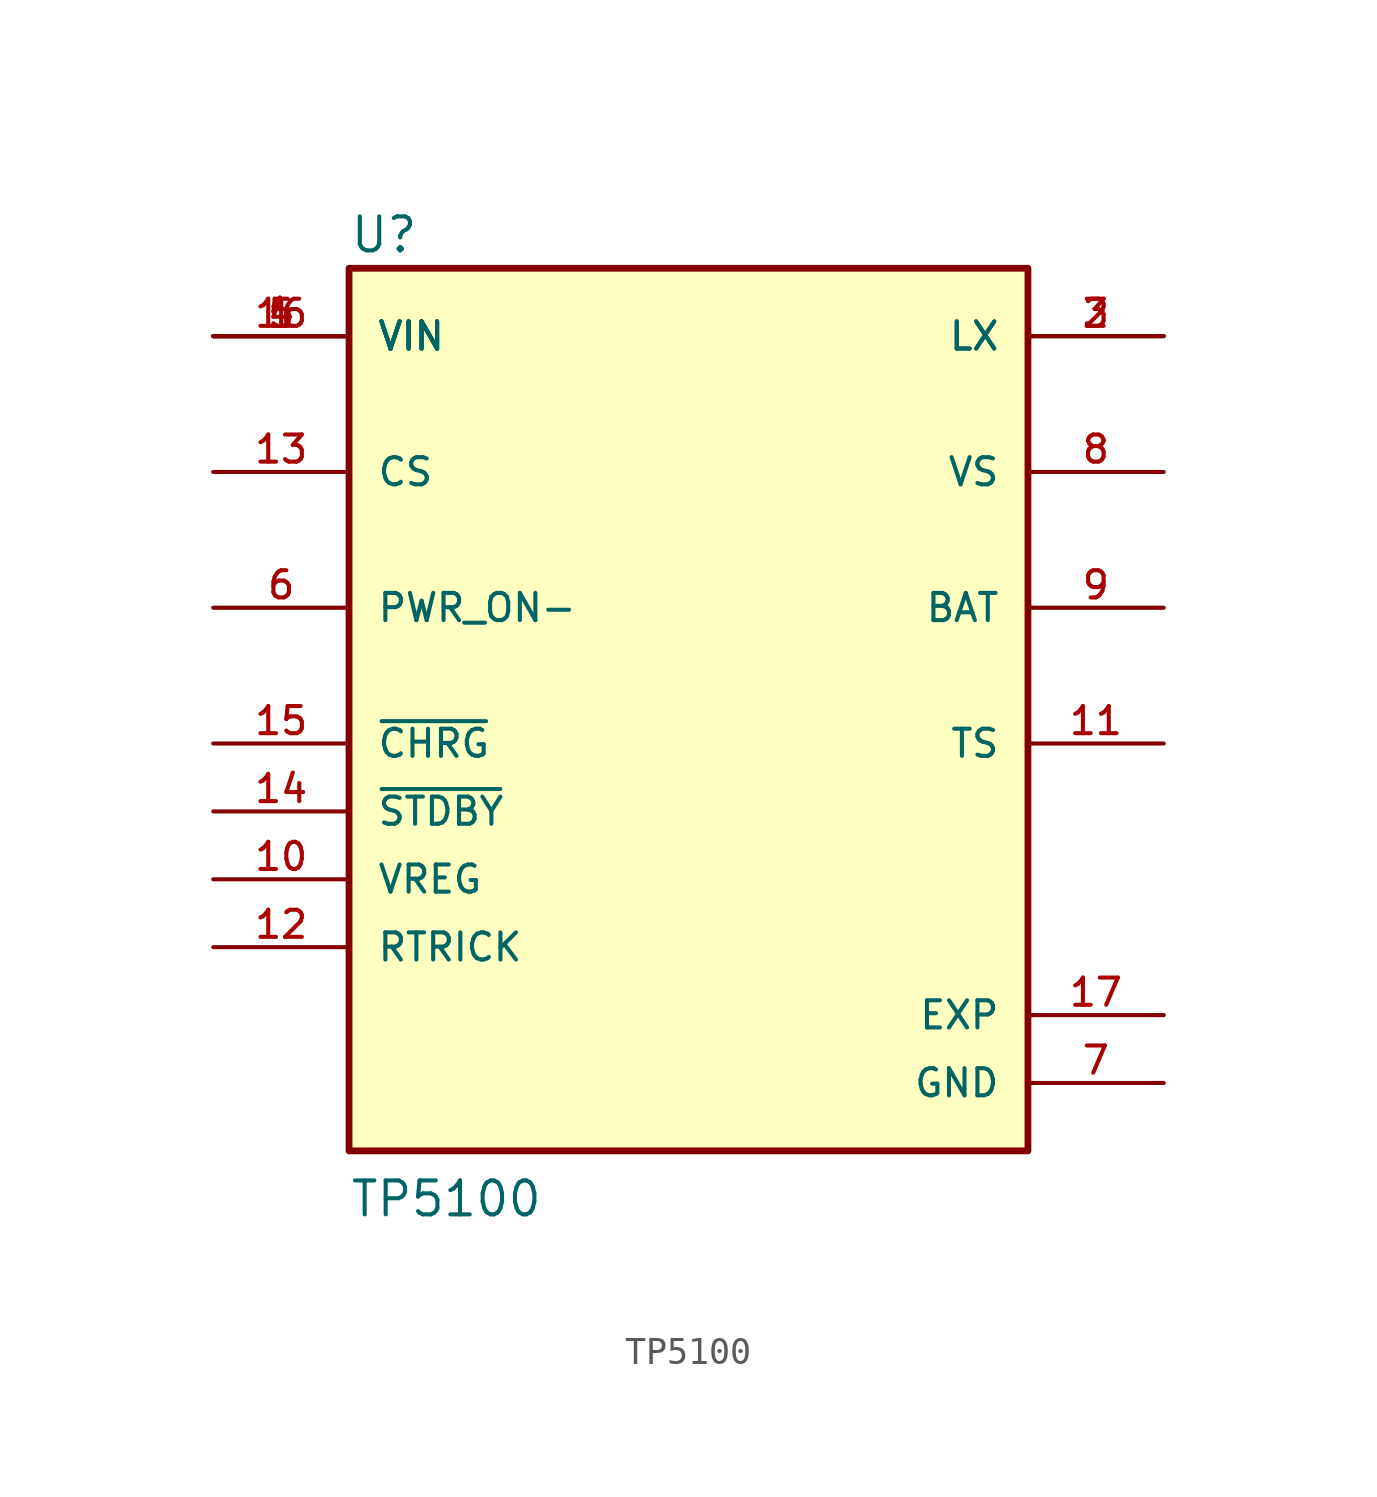
<source format=kicad_sym>
(kicad_symbol_lib
  (version 20211014)
  (generator kicad_symbol_editor)
  (symbol "TP5100"
    (pin_names
      (offset 1.016))
    (property "Reference" "U"
      (at -12.7 15.748 0)
      (effects (font (size 1.27 1.27)) (justify bottom left)))
    (property "Value" "TP5100"
      (at -12.7 -20.32 0)
      (effects (font (size 1.27 1.27)) (justify bottom left)))
    (symbol "TP5100_0_0"
      (rectangle (start -12.7 -17.78) (end 12.7 15.24) (stroke (width 0.254)) (fill (type background)))
      (pin input line (at -17.78 12.7 0) (length 5.08) (name "VIN" (effects (font (size 1.016 1.016)))) (number "1" (effects (font (size 1.016 1.016)))))
      (pin input line (at -17.78 12.7 0) (length 5.08) (name "VIN" (effects (font (size 1.016 1.016)))) (number "4" (effects (font (size 1.016 1.016)))))
      (pin input line (at -17.78 12.7 0) (length 5.08) (name "VIN" (effects (font (size 1.016 1.016)))) (number "5" (effects (font (size 1.016 1.016)))))
      (pin input line (at -17.78 12.7 0) (length 5.08) (name "VIN" (effects (font (size 1.016 1.016)))) (number "16" (effects (font (size 1.016 1.016)))))
      (pin input line (at -17.78 7.62 0) (length 5.08) (name "CS" (effects (font (size 1.016 1.016)))) (number "13" (effects (font (size 1.016 1.016)))))
      (pin input line (at -17.78 2.54 0) (length 5.08) (name "PWR_ON-" (effects (font (size 1.016 1.016)))) (number "6" (effects (font (size 1.016 1.016)))))
      (pin output line (at -17.78 -2.54 0) (length 5.08) (name "~{CHRG}" (effects (font (size 1.016 1.016)))) (number "15" (effects (font (size 1.016 1.016)))))
      (pin output line (at -17.78 -5.08 0) (length 5.08) (name "~{STDBY}" (effects (font (size 1.016 1.016)))) (number "14" (effects (font (size 1.016 1.016)))))
      (pin passive line (at -17.78 -7.62 0) (length 5.08) (name "VREG" (effects (font (size 1.016 1.016)))) (number "10" (effects (font (size 1.016 1.016)))))
      (pin passive line (at -17.78 -10.16 0) (length 5.08) (name "RTRICK" (effects (font (size 1.016 1.016)))) (number "12" (effects (font (size 1.016 1.016)))))
      (pin output line (at 17.78 12.7 180.0) (length 5.08) (name "LX" (effects (font (size 1.016 1.016)))) (number "2" (effects (font (size 1.016 1.016)))))
      (pin output line (at 17.78 12.7 180.0) (length 5.08) (name "LX" (effects (font (size 1.016 1.016)))) (number "3" (effects (font (size 1.016 1.016)))))
      (pin output line (at 17.78 7.62 180.0) (length 5.08) (name "VS" (effects (font (size 1.016 1.016)))) (number "8" (effects (font (size 1.016 1.016)))))
      (pin output line (at 17.78 2.54 180.0) (length 5.08) (name "BAT" (effects (font (size 1.016 1.016)))) (number "9" (effects (font (size 1.016 1.016)))))
      (pin passive line (at 17.78 -2.54 180.0) (length 5.08) (name "TS" (effects (font (size 1.016 1.016)))) (number "11" (effects (font (size 1.016 1.016)))))
      (pin power_in line (at 17.78 -15.24 180.0) (length 5.08) (name "GND" (effects (font (size 1.016 1.016)))) (number "7" (effects (font (size 1.016 1.016)))))
      (pin passive line (at 17.78 -12.7 180.0) (length 5.08) (name "EXP" (effects (font (size 1.016 1.016)))) (number "17" (effects (font (size 1.016 1.016))))))))
</source>
